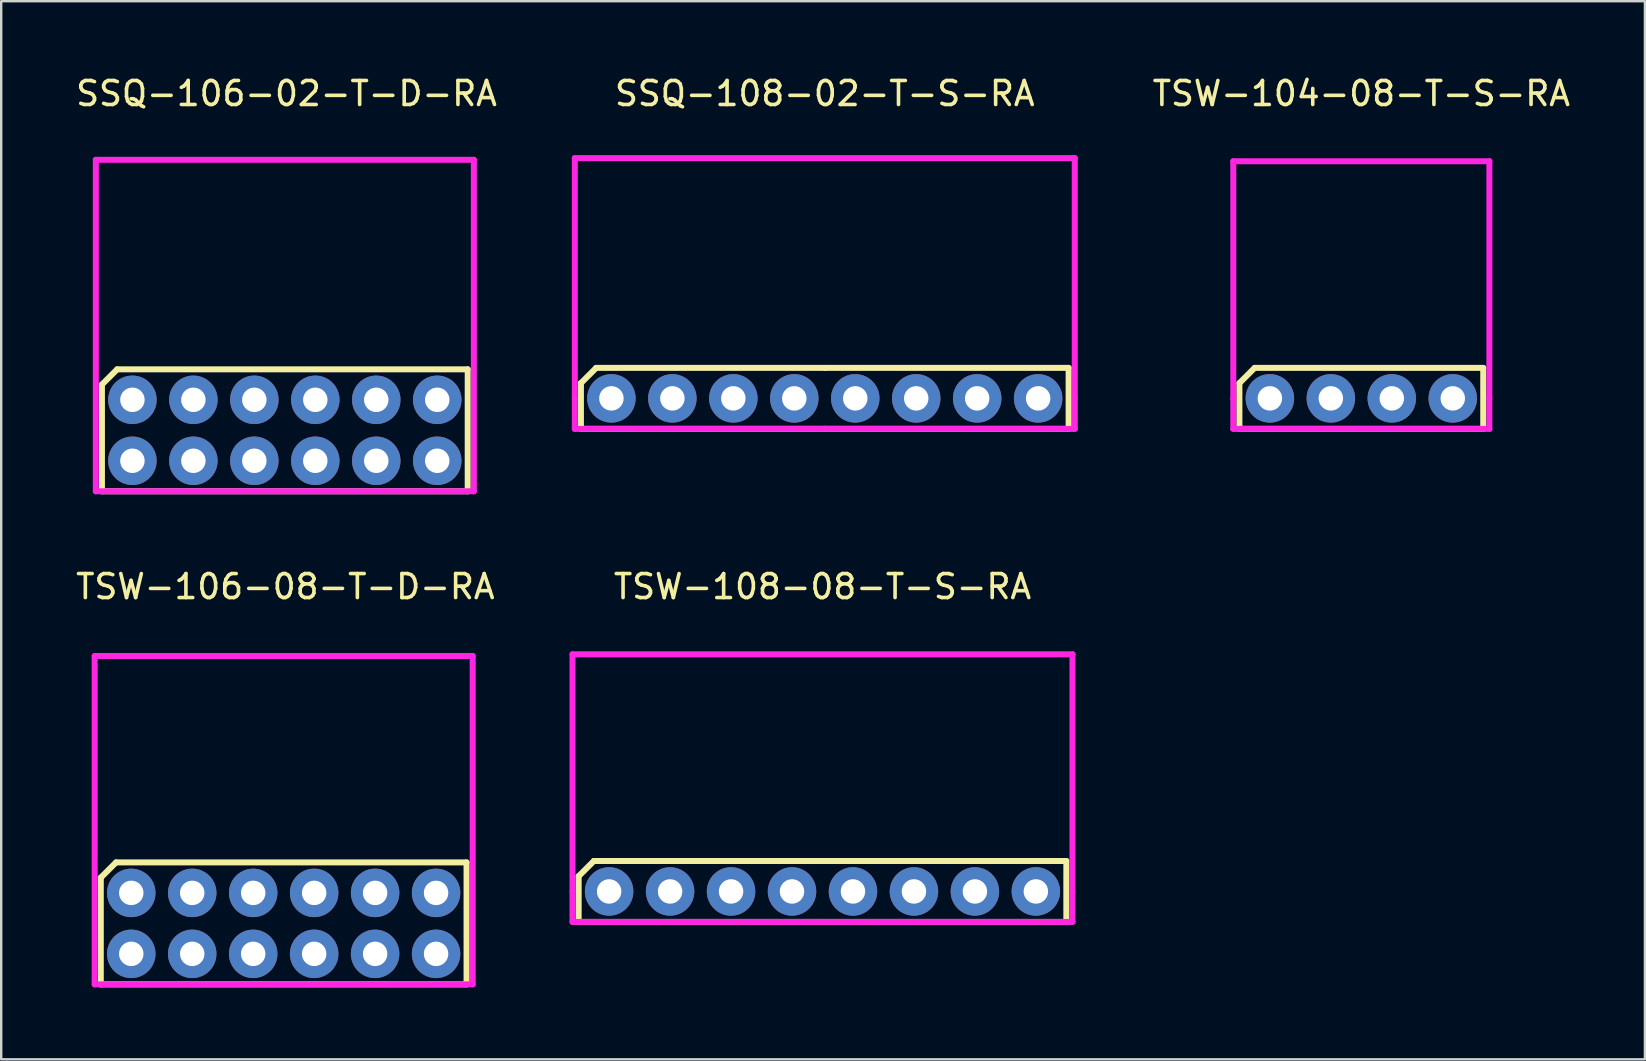
<source format=kicad_pcb>
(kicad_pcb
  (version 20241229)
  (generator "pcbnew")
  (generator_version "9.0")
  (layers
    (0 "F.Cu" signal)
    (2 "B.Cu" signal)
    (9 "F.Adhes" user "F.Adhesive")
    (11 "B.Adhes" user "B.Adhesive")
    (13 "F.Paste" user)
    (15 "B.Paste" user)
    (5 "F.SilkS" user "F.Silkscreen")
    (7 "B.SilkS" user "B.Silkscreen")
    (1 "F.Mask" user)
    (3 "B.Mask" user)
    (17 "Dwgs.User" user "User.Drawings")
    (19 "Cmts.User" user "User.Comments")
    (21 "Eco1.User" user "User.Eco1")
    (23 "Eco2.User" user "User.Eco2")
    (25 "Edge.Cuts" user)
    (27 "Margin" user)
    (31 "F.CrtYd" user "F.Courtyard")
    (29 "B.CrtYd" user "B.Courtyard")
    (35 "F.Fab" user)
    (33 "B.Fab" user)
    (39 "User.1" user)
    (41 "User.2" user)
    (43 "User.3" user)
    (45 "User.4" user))
  (footprint "SSQ-106-02-T-D-RA"
    (layer "F.Cu")
    (at 8.817 14.878)
    (property "Reference" "SSQ-106-02-T-D-RA" (at 0.07 -14.03 0) (layer "F.SilkS") (effects (font (size 1 1) (thickness 0.15))))
    (attr through_hole)
    (fp_line (start -7.62 -1.905) (end -7.62 2.54) (stroke (width 0.25) (type solid)) (layer "F.SilkS"))
    (fp_line (start -7.62 2.54) (end 7.62 2.54) (stroke (width 0.25) (type solid)) (layer "F.SilkS"))
    (fp_line (start -6.985 -2.54) (end -7.62 -1.905) (stroke (width 0.25) (type solid)) (layer "F.SilkS"))
    (fp_line (start 7.62 -2.54) (end -6.985 -2.54) (stroke (width 0.25) (type solid)) (layer "F.SilkS"))
    (fp_line (start 7.62 2.54) (end 7.62 -2.54) (stroke (width 0.25) (type solid)) (layer "F.SilkS"))
    (fp_line (start -7.875 -11.27) (end -7.875 2.54) (stroke (width 0.25) (type solid)) (layer "F.CrtYd"))
    (fp_line (start -7.875 2.54) (end 7.875 2.54) (stroke (width 0.25) (type solid)) (layer "F.CrtYd"))
    (fp_line (start 7.875 -11.27) (end -7.875 -11.27) (stroke (width 0.25) (type solid)) (layer "F.CrtYd"))
    (fp_line (start 7.875 2.54) (end 7.875 -11.27) (stroke (width 0.25) (type solid)) (layer "F.CrtYd"))
    (pad "1" thru_hole circle (at -6.35 -1.27) (size 2.02 2.02) (drill 1.02) (layers "*.Cu" "*.Mask"))
    (pad "2" thru_hole circle (at -6.35 1.27) (size 2.02 2.02) (drill 1.02) (layers "*.Cu" "*.Mask"))
    (pad "3" thru_hole circle (at -3.81 -1.27) (size 2.02 2.02) (drill 1.02) (layers "*.Cu" "*.Mask"))
    (pad "4" thru_hole circle (at -3.81 1.27) (size 2.02 2.02) (drill 1.02) (layers "*.Cu" "*.Mask"))
    (pad "5" thru_hole circle (at -1.27 -1.27) (size 2.02 2.02) (drill 1.02) (layers "*.Cu" "*.Mask"))
    (pad "6" thru_hole circle (at -1.27 1.27) (size 2.02 2.02) (drill 1.02) (layers "*.Cu" "*.Mask"))
    (pad "7" thru_hole circle (at 1.27 -1.27) (size 2.02 2.02) (drill 1.02) (layers "*.Cu" "*.Mask"))
    (pad "8" thru_hole circle (at 1.27 1.27) (size 2.02 2.02) (drill 1.02) (layers "*.Cu" "*.Mask"))
    (pad "9" thru_hole circle (at 3.81 -1.27) (size 2.02 2.02) (drill 1.02) (layers "*.Cu" "*.Mask"))
    (pad "10" thru_hole circle (at 3.81 1.27) (size 2.02 2.02) (drill 1.02) (layers "*.Cu" "*.Mask"))
    (pad "11" thru_hole circle (at 6.35 -1.27) (size 2.02 2.02) (drill 1.02) (layers "*.Cu" "*.Mask"))
    (pad "12" thru_hole circle (at 6.35 1.27) (size 2.02 2.02) (drill 1.02) (layers "*.Cu" "*.Mask")))
  (footprint "TSW-106-08-T-D-RA"
    (layer "F.Cu")
    (at 8.769 35.422)
    (property "Reference" "TSW-106-08-T-D-RA" (at 0.07 -14.03 0) (layer "F.SilkS") (effects (font (size 1 1) (thickness 0.15))))
    (attr through_hole)
    (fp_line (start -7.62 -1.905) (end -7.62 2.54) (stroke (width 0.25) (type solid)) (layer "F.SilkS"))
    (fp_line (start -7.62 2.54) (end 7.62 2.54) (stroke (width 0.25) (type solid)) (layer "F.SilkS"))
    (fp_line (start -6.985 -2.54) (end -7.62 -1.905) (stroke (width 0.25) (type solid)) (layer "F.SilkS"))
    (fp_line (start 7.62 -2.54) (end -6.985 -2.54) (stroke (width 0.25) (type solid)) (layer "F.SilkS"))
    (fp_line (start 7.62 2.54) (end 7.62 -2.54) (stroke (width 0.25) (type solid)) (layer "F.SilkS"))
    (fp_line (start -7.875 -11.14) (end -7.875 2.54) (stroke (width 0.25) (type solid)) (layer "F.CrtYd"))
    (fp_line (start -7.875 2.54) (end 7.875 2.54) (stroke (width 0.25) (type solid)) (layer "F.CrtYd"))
    (fp_line (start 7.875 -11.14) (end -7.875 -11.14) (stroke (width 0.25) (type solid)) (layer "F.CrtYd"))
    (fp_line (start 7.875 2.54) (end 7.875 -11.14) (stroke (width 0.25) (type solid)) (layer "F.CrtYd"))
    (pad "1" thru_hole circle (at -6.35 -1.27) (size 2.02 2.02) (drill 1.02) (layers "*.Cu" "*.Mask"))
    (pad "2" thru_hole circle (at -6.35 1.27) (size 2.02 2.02) (drill 1.02) (layers "*.Cu" "*.Mask"))
    (pad "3" thru_hole circle (at -3.81 -1.27) (size 2.02 2.02) (drill 1.02) (layers "*.Cu" "*.Mask"))
    (pad "4" thru_hole circle (at -3.81 1.27) (size 2.02 2.02) (drill 1.02) (layers "*.Cu" "*.Mask"))
    (pad "5" thru_hole circle (at -1.27 -1.27) (size 2.02 2.02) (drill 1.02) (layers "*.Cu" "*.Mask"))
    (pad "6" thru_hole circle (at -1.27 1.27) (size 2.02 2.02) (drill 1.02) (layers "*.Cu" "*.Mask"))
    (pad "7" thru_hole circle (at 1.27 -1.27) (size 2.02 2.02) (drill 1.02) (layers "*.Cu" "*.Mask"))
    (pad "8" thru_hole circle (at 1.27 1.27) (size 2.02 2.02) (drill 1.02) (layers "*.Cu" "*.Mask"))
    (pad "9" thru_hole circle (at 3.81 -1.27) (size 2.02 2.02) (drill 1.02) (layers "*.Cu" "*.Mask"))
    (pad "10" thru_hole circle (at 3.81 1.27) (size 2.02 2.02) (drill 1.02) (layers "*.Cu" "*.Mask"))
    (pad "11" thru_hole circle (at 6.35 -1.27) (size 2.02 2.02) (drill 1.02) (layers "*.Cu" "*.Mask"))
    (pad "12" thru_hole circle (at 6.35 1.27) (size 2.02 2.02) (drill 1.02) (layers "*.Cu" "*.Mask")))
  (footprint "TSW-108-08-T-S-RA"
    (layer "F.Cu")
    (at 31.219 34.092)
    (property "Reference" "TSW-108-08-T-S-RA" (at 0 -12.7 0) (layer "F.SilkS") (effects (font (size 1 1) (thickness 0.15))))
    (attr through_hole)
    (fp_line (start -10.16 -0.635) (end -9.525 -1.27) (stroke (width 0.25) (type solid)) (layer "F.SilkS"))
    (fp_line (start -10.16 1.27) (end -10.16 -0.635) (stroke (width 0.25) (type solid)) (layer "F.SilkS"))
    (fp_line (start -9.525 -1.27) (end 0 -1.27) (stroke (width 0.25) (type solid)) (layer "F.SilkS"))
    (fp_line (start 0 -1.27) (end 10.16 -1.27) (stroke (width 0.25) (type solid)) (layer "F.SilkS"))
    (fp_line (start 0 1.27) (end -10.16 1.27) (stroke (width 0.25) (type solid)) (layer "F.SilkS"))
    (fp_line (start 10.16 -1.27) (end 10.16 1.27) (stroke (width 0.25) (type solid)) (layer "F.SilkS"))
    (fp_line (start 10.16 1.27) (end 0 1.27) (stroke (width 0.25) (type solid)) (layer "F.SilkS"))
    (fp_line (start -10.415 -9.88) (end 10.415 -9.88) (stroke (width 0.25) (type solid)) (layer "F.CrtYd"))
    (fp_line (start -10.415 0) (end -10.415 -9.88) (stroke (width 0.25) (type solid)) (layer "F.CrtYd"))
    (fp_line (start -10.415 0) (end -10.415 1.27) (stroke (width 0.25) (type solid)) (layer "F.CrtYd"))
    (fp_line (start -10.415 1.27) (end 10.415 1.27) (stroke (width 0.25) (type solid)) (layer "F.CrtYd"))
    (fp_line (start 10.415 0) (end 10.415 -9.88) (stroke (width 0.25) (type solid)) (layer "F.CrtYd"))
    (fp_line (start 10.415 1.27) (end 10.415 0) (stroke (width 0.25) (type solid)) (layer "F.CrtYd"))
    (pad "1" thru_hole circle (at -8.89 0) (size 2.02 2.02) (drill 1.02) (layers "*.Cu" "*.Mask"))
    (pad "2" thru_hole circle (at -6.35 0) (size 2.02 2.02) (drill 1.02) (layers "*.Cu" "*.Mask"))
    (pad "3" thru_hole circle (at -3.81 0) (size 2.02 2.02) (drill 1.02) (layers "*.Cu" "*.Mask"))
    (pad "4" thru_hole circle (at -1.27 0) (size 2.02 2.02) (drill 1.02) (layers "*.Cu" "*.Mask"))
    (pad "5" thru_hole circle (at 1.27 0) (size 2.02 2.02) (drill 1.02) (layers "*.Cu" "*.Mask"))
    (pad "6" thru_hole circle (at 3.81 0) (size 2.02 2.02) (drill 1.02) (layers "*.Cu" "*.Mask"))
    (pad "7" thru_hole circle (at 6.35 0) (size 2.02 2.02) (drill 1.02) (layers "*.Cu" "*.Mask"))
    (pad "8" thru_hole circle (at 8.89 0) (size 2.02 2.02) (drill 1.02) (layers "*.Cu" "*.Mask")))
  (footprint "TSW-104-08-T-S-RA"
    (layer "F.Cu")
    (at 53.669 13.548)
    (property "Reference" "TSW-104-08-T-S-RA" (at 0 -12.7 0) (layer "F.SilkS") (effects (font (size 1 1) (thickness 0.15))))
    (attr through_hole)
    (fp_line (start -5.08 -0.635) (end -4.445 -1.27) (stroke (width 0.25) (type solid)) (layer "F.SilkS"))
    (fp_line (start -5.08 1.27) (end -5.08 -0.635) (stroke (width 0.25) (type solid)) (layer "F.SilkS"))
    (fp_line (start -4.445 -1.27) (end 5.08 -1.27) (stroke (width 0.25) (type solid)) (layer "F.SilkS"))
    (fp_line (start 5.08 -1.27) (end 5.08 1.27) (stroke (width 0.25) (type solid)) (layer "F.SilkS"))
    (fp_line (start 5.08 1.27) (end -5.08 1.27) (stroke (width 0.25) (type solid)) (layer "F.SilkS"))
    (fp_line (start -5.335 -9.88) (end 5.335 -9.88) (stroke (width 0.25) (type solid)) (layer "F.CrtYd"))
    (fp_line (start -5.335 0) (end -5.335 -9.88) (stroke (width 0.25) (type solid)) (layer "F.CrtYd"))
    (fp_line (start -5.335 0) (end -5.335 1.27) (stroke (width 0.25) (type solid)) (layer "F.CrtYd"))
    (fp_line (start -5.335 1.27) (end 5.335 1.27) (stroke (width 0.25) (type solid)) (layer "F.CrtYd"))
    (fp_line (start 5.335 0) (end 5.335 -9.88) (stroke (width 0.25) (type solid)) (layer "F.CrtYd"))
    (fp_line (start 5.335 1.27) (end 5.335 0) (stroke (width 0.25) (type solid)) (layer "F.CrtYd"))
    (pad "1" thru_hole circle (at -3.81 0) (size 2.02 2.02) (drill 1.02) (layers "*.Cu" "*.Mask"))
    (pad "2" thru_hole circle (at -1.27 0) (size 2.02 2.02) (drill 1.02) (layers "*.Cu" "*.Mask"))
    (pad "3" thru_hole circle (at 1.27 0) (size 2.02 2.02) (drill 1.02) (layers "*.Cu" "*.Mask"))
    (pad "4" thru_hole circle (at 3.81 0) (size 2.02 2.02) (drill 1.02) (layers "*.Cu" "*.Mask")))
  (footprint "SSQ-108-02-T-S-RA"
    (layer "F.Cu")
    (at 31.314 13.548)
    (property "Reference" "SSQ-108-02-T-S-RA" (at 0 -12.7 0) (layer "F.SilkS") (effects (font (size 1 1) (thickness 0.15))))
    (attr through_hole)
    (fp_line (start -10.16 -0.635) (end -9.525 -1.27) (stroke (width 0.25) (type solid)) (layer "F.SilkS"))
    (fp_line (start -10.16 1.27) (end -10.16 -0.635) (stroke (width 0.25) (type solid)) (layer "F.SilkS"))
    (fp_line (start -9.525 -1.27) (end 0 -1.27) (stroke (width 0.25) (type solid)) (layer "F.SilkS"))
    (fp_line (start 0 -1.27) (end 10.16 -1.27) (stroke (width 0.25) (type solid)) (layer "F.SilkS"))
    (fp_line (start 0 1.27) (end -10.16 1.27) (stroke (width 0.25) (type solid)) (layer "F.SilkS"))
    (fp_line (start 10.16 -1.27) (end 10.16 1.27) (stroke (width 0.25) (type solid)) (layer "F.SilkS"))
    (fp_line (start 10.16 1.27) (end 0 1.27) (stroke (width 0.25) (type solid)) (layer "F.SilkS"))
    (fp_line (start -10.415 -10.01) (end 10.415 -10.01) (stroke (width 0.25) (type solid)) (layer "F.CrtYd"))
    (fp_line (start -10.415 0) (end -10.415 -10.01) (stroke (width 0.25) (type solid)) (layer "F.CrtYd"))
    (fp_line (start -10.415 0) (end -10.415 1.27) (stroke (width 0.25) (type solid)) (layer "F.CrtYd"))
    (fp_line (start -10.415 1.27) (end 10.415 1.27) (stroke (width 0.25) (type solid)) (layer "F.CrtYd"))
    (fp_line (start 10.415 0) (end 10.415 -10.01) (stroke (width 0.25) (type solid)) (layer "F.CrtYd"))
    (fp_line (start 10.415 1.27) (end 10.415 0) (stroke (width 0.25) (type solid)) (layer "F.CrtYd"))
    (pad "1" thru_hole circle (at -8.89 0) (size 2.02 2.02) (drill 1.02) (layers "*.Cu" "*.Mask"))
    (pad "2" thru_hole circle (at -6.35 0) (size 2.02 2.02) (drill 1.02) (layers "*.Cu" "*.Mask"))
    (pad "3" thru_hole circle (at -3.81 0) (size 2.02 2.02) (drill 1.02) (layers "*.Cu" "*.Mask"))
    (pad "4" thru_hole circle (at -1.27 0) (size 2.02 2.02) (drill 1.02) (layers "*.Cu" "*.Mask"))
    (pad "5" thru_hole circle (at 1.27 0) (size 2.02 2.02) (drill 1.02) (layers "*.Cu" "*.Mask"))
    (pad "6" thru_hole circle (at 3.81 0) (size 2.02 2.02) (drill 1.02) (layers "*.Cu" "*.Mask"))
    (pad "7" thru_hole circle (at 6.35 0) (size 2.02 2.02) (drill 1.02) (layers "*.Cu" "*.Mask"))
    (pad "8" thru_hole circle (at 8.89 0) (size 2.02 2.02) (drill 1.02) (layers "*.Cu" "*.Mask")))
  (gr_rect
    (start -3 -3)
    (end 65.485 41.087)
    (stroke (width 0.1) (type default))
    (fill no)
    (layer "Edge.Cuts")))
</source>
